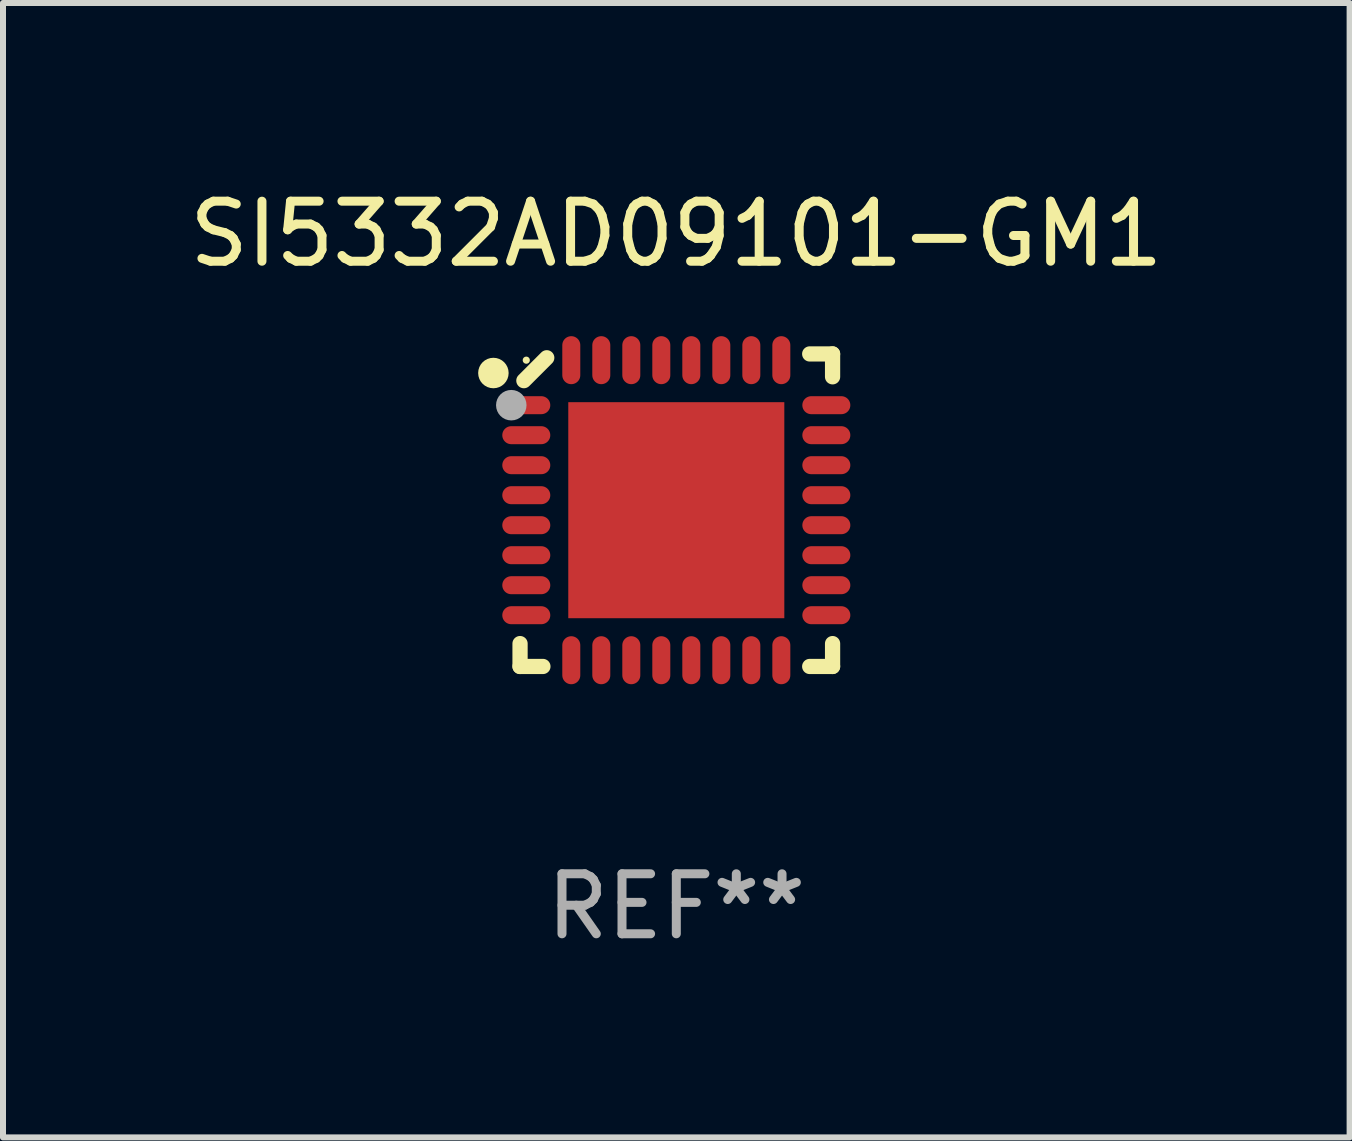
<source format=kicad_pcb>
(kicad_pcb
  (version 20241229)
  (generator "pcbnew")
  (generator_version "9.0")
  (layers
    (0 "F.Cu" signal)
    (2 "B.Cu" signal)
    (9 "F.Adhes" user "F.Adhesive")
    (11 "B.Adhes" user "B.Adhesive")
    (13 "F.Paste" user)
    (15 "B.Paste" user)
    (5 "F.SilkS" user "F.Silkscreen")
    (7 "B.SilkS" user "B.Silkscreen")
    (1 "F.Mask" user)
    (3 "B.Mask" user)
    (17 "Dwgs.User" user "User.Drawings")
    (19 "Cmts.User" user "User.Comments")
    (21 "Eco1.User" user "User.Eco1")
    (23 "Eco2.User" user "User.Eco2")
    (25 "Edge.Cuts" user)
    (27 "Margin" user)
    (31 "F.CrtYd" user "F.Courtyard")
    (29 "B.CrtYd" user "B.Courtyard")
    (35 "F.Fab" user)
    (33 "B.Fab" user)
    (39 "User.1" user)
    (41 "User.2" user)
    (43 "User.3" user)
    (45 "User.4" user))
  (footprint "SI5332AD09101-GM1"
    (layer "F.Cu")
    (at 8.22 5.452)
    (property "Reference" "SI5332AD09101-GM1" (at 0 -4.604 0) (layer "F.SilkS") (effects (font (size 1 1) (thickness 0.15))))
    (attr through_hole)
    (fp_line (start -2.604 2.223) (end -2.604 2.604) (stroke (width 0.254) (type solid)) (layer "F.SilkS"))
    (fp_line (start -2.604 2.604) (end -2.223 2.604) (stroke (width 0.254) (type solid)) (layer "F.SilkS"))
    (fp_line (start -2.159 -2.54) (end -2.54 -2.159) (stroke (width 0.254) (type solid)) (layer "F.SilkS"))
    (fp_line (start 2.223 2.604) (end 2.604 2.604) (stroke (width 0.254) (type solid)) (layer "F.SilkS"))
    (fp_line (start 2.604 -2.604) (end 2.223 -2.604) (stroke (width 0.254) (type solid)) (layer "F.SilkS"))
    (fp_line (start 2.604 -2.223) (end 2.604 -2.604) (stroke (width 0.254) (type solid)) (layer "F.SilkS"))
    (fp_line (start 2.604 2.604) (end 2.604 2.223) (stroke (width 0.254) (type solid)) (layer "F.SilkS"))
    (fp_circle (center -3.048 -2.286) (end -2.921 -2.286) (stroke (width 0.254) (type solid)) (fill no) (layer "F.SilkS"))
    (fp_circle (center -2.5 -2.5) (end -2.47 -2.5) (stroke (width 0.06) (type solid)) (fill no) (layer "F.SilkS"))
    (fp_circle (center -2.75 -1.75) (end -2.623 -1.75) (stroke (width 0.254) (type solid)) (fill no) (layer "F.Fab"))
    (fp_text user "REF**" (at 0 6.604 0) (layer "F.Fab") (effects (font (size 1 1) (thickness 0.15))))
    (pad "1" smd oval (at -2.5 -1.75) (size 0.8 0.3) (layers "F.Cu" "F.Mask" "F.Paste"))
    (pad "2" smd oval (at -2.5 -1.25) (size 0.8 0.3) (layers "F.Cu" "F.Mask" "F.Paste"))
    (pad "3" smd oval (at -2.5 -0.75) (size 0.8 0.3) (layers "F.Cu" "F.Mask" "F.Paste"))
    (pad "4" smd oval (at -2.5 -0.25) (size 0.8 0.3) (layers "F.Cu" "F.Mask" "F.Paste"))
    (pad "5" smd oval (at -2.5 0.25) (size 0.8 0.3) (layers "F.Cu" "F.Mask" "F.Paste"))
    (pad "6" smd oval (at -2.5 0.75) (size 0.8 0.3) (layers "F.Cu" "F.Mask" "F.Paste"))
    (pad "7" smd oval (at -2.5 1.25) (size 0.8 0.3) (layers "F.Cu" "F.Mask" "F.Paste"))
    (pad "8" smd oval (at -2.5 1.75) (size 0.8 0.3) (layers "F.Cu" "F.Mask" "F.Paste"))
    (pad "9" smd oval (at -1.75 2.5) (size 0.3 0.8) (layers "F.Cu" "F.Mask" "F.Paste"))
    (pad "10" smd oval (at -1.25 2.5) (size 0.3 0.8) (layers "F.Cu" "F.Mask" "F.Paste"))
    (pad "11" smd oval (at -0.75 2.5) (size 0.3 0.8) (layers "F.Cu" "F.Mask" "F.Paste"))
    (pad "12" smd oval (at -0.25 2.5) (size 0.3 0.8) (layers "F.Cu" "F.Mask" "F.Paste"))
    (pad "13" smd oval (at 0.25 2.5) (size 0.3 0.8) (layers "F.Cu" "F.Mask" "F.Paste"))
    (pad "14" smd oval (at 0.75 2.5) (size 0.3 0.8) (layers "F.Cu" "F.Mask" "F.Paste"))
    (pad "15" smd oval (at 1.25 2.5) (size 0.3 0.8) (layers "F.Cu" "F.Mask" "F.Paste"))
    (pad "16" smd oval (at 1.75 2.5) (size 0.3 0.8) (layers "F.Cu" "F.Mask" "F.Paste"))
    (pad "17" smd oval (at 2.5 1.75) (size 0.8 0.3) (layers "F.Cu" "F.Mask" "F.Paste"))
    (pad "18" smd oval (at 2.5 1.25) (size 0.8 0.3) (layers "F.Cu" "F.Mask" "F.Paste"))
    (pad "19" smd oval (at 2.5 0.75) (size 0.8 0.3) (layers "F.Cu" "F.Mask" "F.Paste"))
    (pad "20" smd oval (at 2.5 0.25) (size 0.8 0.3) (layers "F.Cu" "F.Mask" "F.Paste"))
    (pad "21" smd oval (at 2.5 -0.25) (size 0.8 0.3) (layers "F.Cu" "F.Mask" "F.Paste"))
    (pad "22" smd oval (at 2.5 -0.75) (size 0.8 0.3) (layers "F.Cu" "F.Mask" "F.Paste"))
    (pad "23" smd oval (at 2.5 -1.25) (size 0.8 0.3) (layers "F.Cu" "F.Mask" "F.Paste"))
    (pad "24" smd oval (at 2.5 -1.75) (size 0.8 0.3) (layers "F.Cu" "F.Mask" "F.Paste"))
    (pad "25" smd oval (at 1.75 -2.5) (size 0.3 0.8) (layers "F.Cu" "F.Mask" "F.Paste"))
    (pad "26" smd oval (at 1.25 -2.5) (size 0.3 0.8) (layers "F.Cu" "F.Mask" "F.Paste"))
    (pad "27" smd oval (at 0.75 -2.5) (size 0.3 0.8) (layers "F.Cu" "F.Mask" "F.Paste"))
    (pad "28" smd oval (at 0.25 -2.5) (size 0.3 0.8) (layers "F.Cu" "F.Mask" "F.Paste"))
    (pad "29" smd oval (at -0.25 -2.5) (size 0.3 0.8) (layers "F.Cu" "F.Mask" "F.Paste"))
    (pad "30" smd oval (at -0.75 -2.5) (size 0.3 0.8) (layers "F.Cu" "F.Mask" "F.Paste"))
    (pad "31" smd oval (at -1.25 -2.5) (size 0.3 0.8) (layers "F.Cu" "F.Mask" "F.Paste"))
    (pad "32" smd oval (at -1.75 -2.5) (size 0.3 0.8) (layers "F.Cu" "F.Mask" "F.Paste"))
    (pad "33" smd rect (at -0.000076 0) (size 3.6 3.6) (layers "F.Cu" "F.Mask" "F.Paste")))
  (gr_rect
    (start -3 -3)
    (end 19.44 15.904)
    (stroke (width 0.1) (type default))
    (fill no)
    (layer "Edge.Cuts")))
</source>
